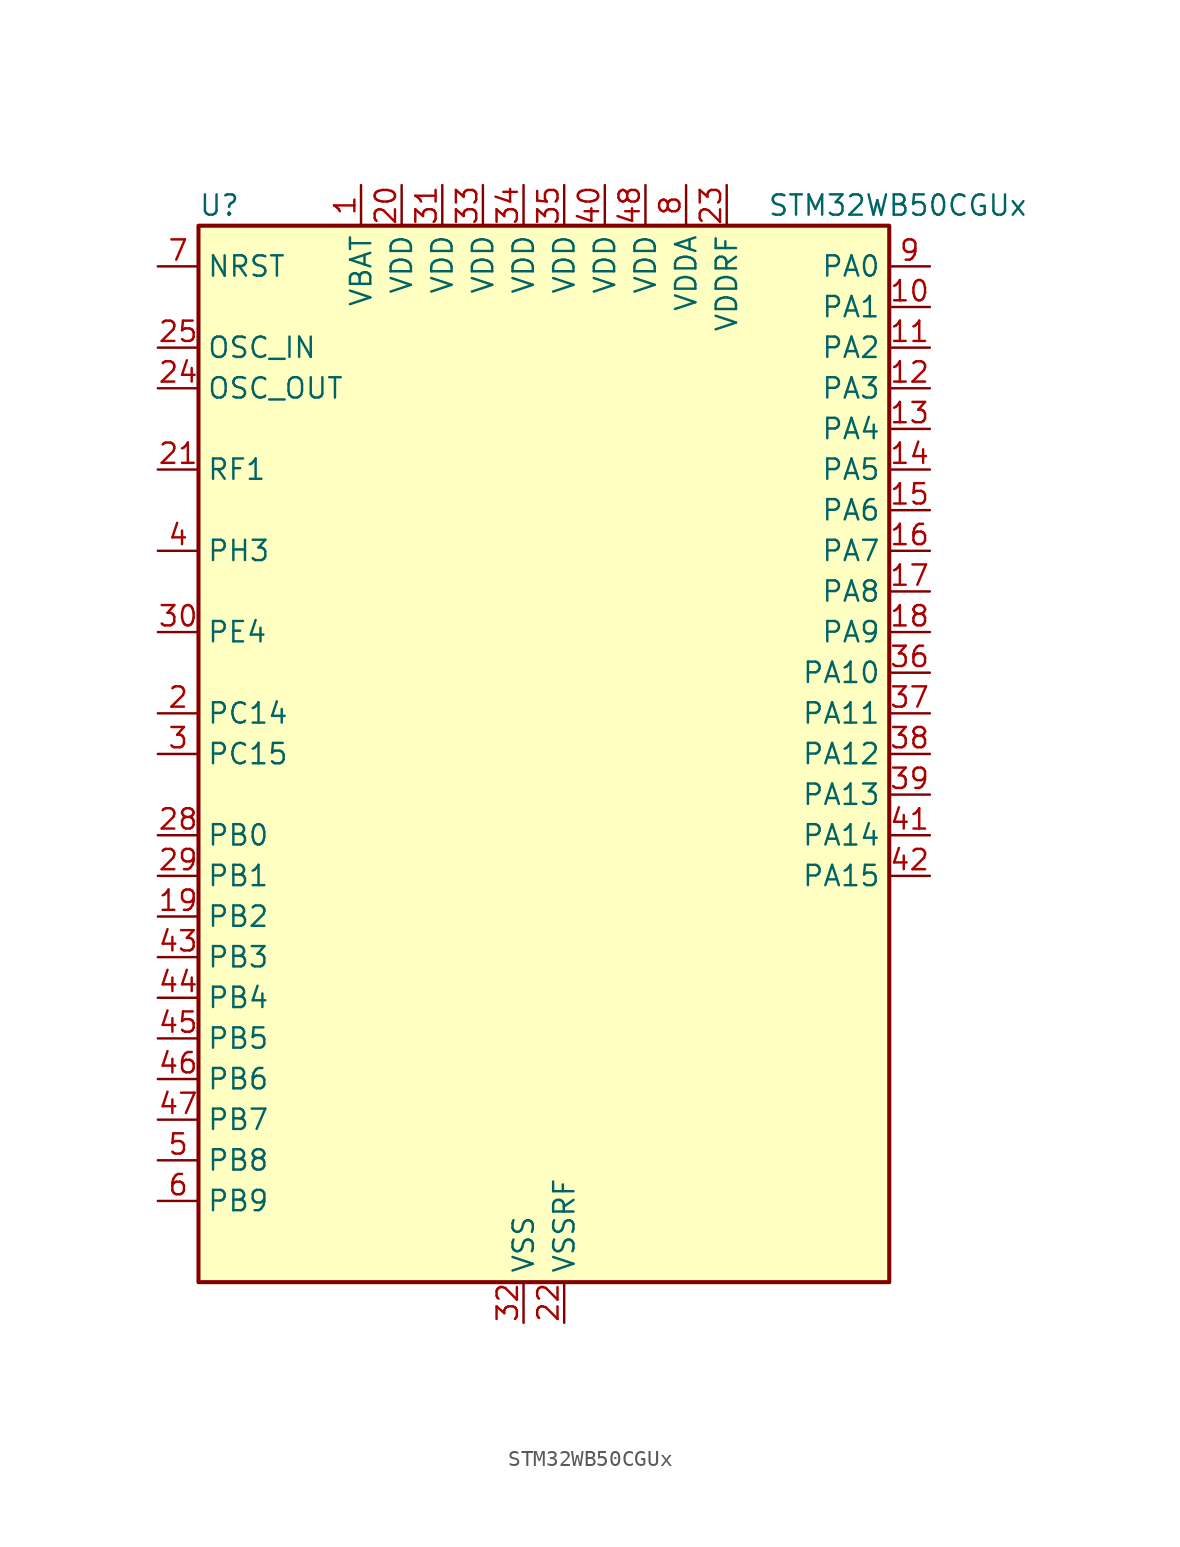
<source format=kicad_sym>
(kicad_symbol_lib
  (version 20220914)
  (generator kicad_symbol_editor)
  (symbol "STM32WB50CGUx"
    (property "Reference" "U"
      (at -20.32 34.29 0)
      (effects (font (size 1.27 1.27)) (justify left)))
    (property "Value" "STM32WB50CGUx"
      (at 15.24 34.29 0)
      (effects (font (size 1.27 1.27)) (justify left)))
    (property "ki_locked" ""
      (at 0 0 0)
      (effects (font (size 1.27 1.27))))
    (symbol "STM32WB50CGUx_0_1"
      (rectangle (start -20.32 -33.02) (end 22.86 33.02) (stroke (width 0.254) (type default)) (fill (type background))))
    (symbol "STM32WB50CGUx_1_1"
      (pin power_in line (at -10.16 35.56 270) (length 2.54) (name "VBAT" (effects (font (size 1.27 1.27)))) (number "1" (effects (font (size 1.27 1.27)))))
      (pin bidirectional line (at 25.4 27.94 180) (length 2.54) (name "PA1" (effects (font (size 1.27 1.27)))) (number "10" (effects (font (size 1.27 1.27)))) (alternate "ADC1_IN6" bidirectional line) (alternate "I2C1_SMBA" bidirectional line) (alternate "SPI1_SCK" bidirectional line) (alternate "TIM2_CH2" bidirectional line))
      (pin bidirectional line (at 25.4 25.4 180) (length 2.54) (name "PA2" (effects (font (size 1.27 1.27)))) (number "11" (effects (font (size 1.27 1.27)))) (alternate "ADC1_IN7" bidirectional line) (alternate "RCC_LSCO" bidirectional line) (alternate "SYS_WKUP4" bidirectional line) (alternate "TIM2_CH3" bidirectional line))
      (pin bidirectional line (at 25.4 22.86 180) (length 2.54) (name "PA3" (effects (font (size 1.27 1.27)))) (number "12" (effects (font (size 1.27 1.27)))) (alternate "ADC1_IN8" bidirectional line) (alternate "TIM2_CH4" bidirectional line))
      (pin bidirectional line (at 25.4 20.32 180) (length 2.54) (name "PA4" (effects (font (size 1.27 1.27)))) (number "13" (effects (font (size 1.27 1.27)))) (alternate "ADC1_IN9" bidirectional line) (alternate "LPTIM2_OUT" bidirectional line) (alternate "SPI1_NSS" bidirectional line))
      (pin bidirectional line (at 25.4 17.78 180) (length 2.54) (name "PA5" (effects (font (size 1.27 1.27)))) (number "14" (effects (font (size 1.27 1.27)))) (alternate "ADC1_IN10" bidirectional line) (alternate "LPTIM2_ETR" bidirectional line) (alternate "SPI1_SCK" bidirectional line) (alternate "TIM2_CH1" bidirectional line) (alternate "TIM2_ETR" bidirectional line))
      (pin bidirectional line (at 25.4 15.24 180) (length 2.54) (name "PA6" (effects (font (size 1.27 1.27)))) (number "15" (effects (font (size 1.27 1.27)))) (alternate "ADC1_IN11" bidirectional line) (alternate "SPI1_MISO" bidirectional line) (alternate "TIM16_CH1" bidirectional line) (alternate "TIM1_BKIN" bidirectional line))
      (pin bidirectional line (at 25.4 12.7 180) (length 2.54) (name "PA7" (effects (font (size 1.27 1.27)))) (number "16" (effects (font (size 1.27 1.27)))) (alternate "ADC1_IN12" bidirectional line) (alternate "SPI1_MOSI" bidirectional line) (alternate "TIM17_CH1" bidirectional line) (alternate "TIM1_CH1N" bidirectional line))
      (pin bidirectional line (at 25.4 10.16 180) (length 2.54) (name "PA8" (effects (font (size 1.27 1.27)))) (number "17" (effects (font (size 1.27 1.27)))) (alternate "ADC1_IN15" bidirectional line) (alternate "LPTIM2_OUT" bidirectional line) (alternate "RCC_MCO" bidirectional line) (alternate "TIM1_CH1" bidirectional line) (alternate "USART1_CK" bidirectional line))
      (pin bidirectional line (at 25.4 7.62 180) (length 2.54) (name "PA9" (effects (font (size 1.27 1.27)))) (number "18" (effects (font (size 1.27 1.27)))) (alternate "ADC1_IN16" bidirectional line) (alternate "I2C1_SCL" bidirectional line) (alternate "TIM1_CH2" bidirectional line) (alternate "USART1_TX" bidirectional line))
      (pin bidirectional line (at -22.86 -10.16 0) (length 2.54) (name "PB2" (effects (font (size 1.27 1.27)))) (number "19" (effects (font (size 1.27 1.27)))) (alternate "LPTIM1_OUT" bidirectional line) (alternate "RTC_OUT2" bidirectional line) (alternate "SPI1_NSS" bidirectional line))
      (pin bidirectional line (at -22.86 2.54 0) (length 2.54) (name "PC14" (effects (font (size 1.27 1.27)))) (number "2" (effects (font (size 1.27 1.27)))) (alternate "RCC_OSC32_IN" bidirectional line))
      (pin power_in line (at -7.62 35.56 270) (length 2.54) (name "VDD" (effects (font (size 1.27 1.27)))) (number "20" (effects (font (size 1.27 1.27)))))
      (pin bidirectional line (at -22.86 17.78 0) (length 2.54) (name "RF1" (effects (font (size 1.27 1.27)))) (number "21" (effects (font (size 1.27 1.27)))) (alternate "RF_RF1" bidirectional line))
      (pin power_in line (at 2.54 -35.56 90) (length 2.54) (name "VSSRF" (effects (font (size 1.27 1.27)))) (number "22" (effects (font (size 1.27 1.27)))))
      (pin power_in line (at 12.7 35.56 270) (length 2.54) (name "VDDRF" (effects (font (size 1.27 1.27)))) (number "23" (effects (font (size 1.27 1.27)))))
      (pin input line (at -22.86 22.86 0) (length 2.54) (name "OSC_OUT" (effects (font (size 1.27 1.27)))) (number "24" (effects (font (size 1.27 1.27)))) (alternate "RCC_OSC_OUT" bidirectional line))
      (pin input line (at -22.86 25.4 0) (length 2.54) (name "OSC_IN" (effects (font (size 1.27 1.27)))) (number "25" (effects (font (size 1.27 1.27)))) (alternate "RCC_OSC_IN" bidirectional line))
      (pin no_connect line (at -20.32 -33.02 0) (length 2.54) hide (name "AT0" (effects (font (size 1.27 1.27)))) (number "26" (effects (font (size 1.27 1.27)))))
      (pin no_connect line (at -20.32 -30.48 0) (length 2.54) hide (name "AT1" (effects (font (size 1.27 1.27)))) (number "27" (effects (font (size 1.27 1.27)))))
      (pin bidirectional line (at -22.86 -5.08 0) (length 2.54) (name "PB0" (effects (font (size 1.27 1.27)))) (number "28" (effects (font (size 1.27 1.27)))) (alternate "RF_TX_MOD_EXT_PA" bidirectional line))
      (pin bidirectional line (at -22.86 -7.62 0) (length 2.54) (name "PB1" (effects (font (size 1.27 1.27)))) (number "29" (effects (font (size 1.27 1.27)))) (alternate "LPTIM2_IN1" bidirectional line))
      (pin bidirectional line (at -22.86 0 0) (length 2.54) (name "PC15" (effects (font (size 1.27 1.27)))) (number "3" (effects (font (size 1.27 1.27)))) (alternate "ADC1_EXTI15" bidirectional line) (alternate "RCC_OSC32_OUT" bidirectional line))
      (pin bidirectional line (at -22.86 7.62 0) (length 2.54) (name "PE4" (effects (font (size 1.27 1.27)))) (number "30" (effects (font (size 1.27 1.27)))))
      (pin power_in line (at -5.08 35.56 270) (length 2.54) (name "VDD" (effects (font (size 1.27 1.27)))) (number "31" (effects (font (size 1.27 1.27)))))
      (pin power_in line (at 0 -35.56 90) (length 2.54) (name "VSS" (effects (font (size 1.27 1.27)))) (number "32" (effects (font (size 1.27 1.27)))))
      (pin power_in line (at -2.54 35.56 270) (length 2.54) (name "VDD" (effects (font (size 1.27 1.27)))) (number "33" (effects (font (size 1.27 1.27)))))
      (pin power_in line (at 0 35.56 270) (length 2.54) (name "VDD" (effects (font (size 1.27 1.27)))) (number "34" (effects (font (size 1.27 1.27)))))
      (pin power_in line (at 2.54 35.56 270) (length 2.54) (name "VDD" (effects (font (size 1.27 1.27)))) (number "35" (effects (font (size 1.27 1.27)))))
      (pin bidirectional line (at 25.4 5.08 180) (length 2.54) (name "PA10" (effects (font (size 1.27 1.27)))) (number "36" (effects (font (size 1.27 1.27)))) (alternate "I2C1_SDA" bidirectional line) (alternate "TIM17_BKIN" bidirectional line) (alternate "TIM1_CH3" bidirectional line) (alternate "USART1_RX" bidirectional line))
      (pin bidirectional line (at 25.4 2.54 180) (length 2.54) (name "PA11" (effects (font (size 1.27 1.27)))) (number "37" (effects (font (size 1.27 1.27)))) (alternate "ADC1_EXTI11" bidirectional line) (alternate "SPI1_MISO" bidirectional line) (alternate "TIM1_BKIN2" bidirectional line) (alternate "TIM1_CH4" bidirectional line) (alternate "USART1_CTS" bidirectional line) (alternate "USART1_NSS" bidirectional line))
      (pin bidirectional line (at 25.4 0 180) (length 2.54) (name "PA12" (effects (font (size 1.27 1.27)))) (number "38" (effects (font (size 1.27 1.27)))) (alternate "SPI1_MOSI" bidirectional line) (alternate "TIM1_ETR" bidirectional line) (alternate "USART1_DE" bidirectional line) (alternate "USART1_RTS" bidirectional line))
      (pin bidirectional line (at 25.4 -2.54 180) (length 2.54) (name "PA13" (effects (font (size 1.27 1.27)))) (number "39" (effects (font (size 1.27 1.27)))) (alternate "IR_OUT" bidirectional line) (alternate "SYS_JTMS-SWDIO" bidirectional line))
      (pin bidirectional line (at -22.86 12.7 0) (length 2.54) (name "PH3" (effects (font (size 1.27 1.27)))) (number "4" (effects (font (size 1.27 1.27)))) (alternate "RCC_LSCO" bidirectional line))
      (pin power_in line (at 5.08 35.56 270) (length 2.54) (name "VDD" (effects (font (size 1.27 1.27)))) (number "40" (effects (font (size 1.27 1.27)))))
      (pin bidirectional line (at 25.4 -5.08 180) (length 2.54) (name "PA14" (effects (font (size 1.27 1.27)))) (number "41" (effects (font (size 1.27 1.27)))) (alternate "I2C1_SMBA" bidirectional line) (alternate "LPTIM1_OUT" bidirectional line) (alternate "SYS_JTCK-SWCLK" bidirectional line))
      (pin bidirectional line (at 25.4 -7.62 180) (length 2.54) (name "PA15" (effects (font (size 1.27 1.27)))) (number "42" (effects (font (size 1.27 1.27)))) (alternate "ADC1_EXTI15" bidirectional line) (alternate "RCC_MCO" bidirectional line) (alternate "SPI1_NSS" bidirectional line) (alternate "SYS_JTDI" bidirectional line) (alternate "TIM2_CH1" bidirectional line) (alternate "TIM2_ETR" bidirectional line))
      (pin bidirectional line (at -22.86 -12.7 0) (length 2.54) (name "PB3" (effects (font (size 1.27 1.27)))) (number "43" (effects (font (size 1.27 1.27)))) (alternate "SPI1_SCK" bidirectional line) (alternate "SYS_JTDO-SWO" bidirectional line) (alternate "TIM2_CH2" bidirectional line) (alternate "USART1_DE" bidirectional line) (alternate "USART1_RTS" bidirectional line))
      (pin bidirectional line (at -22.86 -15.24 0) (length 2.54) (name "PB4" (effects (font (size 1.27 1.27)))) (number "44" (effects (font (size 1.27 1.27)))) (alternate "SPI1_MISO" bidirectional line) (alternate "SYS_JTRST" bidirectional line) (alternate "TIM17_BKIN" bidirectional line) (alternate "USART1_CTS" bidirectional line) (alternate "USART1_NSS" bidirectional line))
      (pin bidirectional line (at -22.86 -17.78 0) (length 2.54) (name "PB5" (effects (font (size 1.27 1.27)))) (number "45" (effects (font (size 1.27 1.27)))) (alternate "I2C1_SMBA" bidirectional line) (alternate "LPTIM1_IN1" bidirectional line) (alternate "SPI1_MOSI" bidirectional line) (alternate "TIM16_BKIN" bidirectional line) (alternate "USART1_CK" bidirectional line))
      (pin bidirectional line (at -22.86 -20.32 0) (length 2.54) (name "PB6" (effects (font (size 1.27 1.27)))) (number "46" (effects (font (size 1.27 1.27)))) (alternate "I2C1_SCL" bidirectional line) (alternate "LPTIM1_ETR" bidirectional line) (alternate "RCC_MCO" bidirectional line) (alternate "TIM16_CH1N" bidirectional line) (alternate "USART1_TX" bidirectional line))
      (pin bidirectional line (at -22.86 -22.86 0) (length 2.54) (name "PB7" (effects (font (size 1.27 1.27)))) (number "47" (effects (font (size 1.27 1.27)))) (alternate "I2C1_SDA" bidirectional line) (alternate "LPTIM1_IN2" bidirectional line) (alternate "SYS_PVD_IN" bidirectional line) (alternate "TIM17_CH1N" bidirectional line) (alternate "TIM1_BKIN" bidirectional line) (alternate "USART1_RX" bidirectional line))
      (pin power_in line (at 7.62 35.56 270) (length 2.54) (name "VDD" (effects (font (size 1.27 1.27)))) (number "48" (effects (font (size 1.27 1.27)))))
      (pin passive line (at 0 -35.56 90) (length 2.54) hide (name "VSS" (effects (font (size 1.27 1.27)))) (number "49" (effects (font (size 1.27 1.27)))))
      (pin bidirectional line (at -22.86 -25.4 0) (length 2.54) (name "PB8" (effects (font (size 1.27 1.27)))) (number "5" (effects (font (size 1.27 1.27)))) (alternate "I2C1_SCL" bidirectional line) (alternate "TIM16_CH1" bidirectional line) (alternate "TIM1_CH2N" bidirectional line))
      (pin bidirectional line (at -22.86 -27.94 0) (length 2.54) (name "PB9" (effects (font (size 1.27 1.27)))) (number "6" (effects (font (size 1.27 1.27)))) (alternate "I2C1_SDA" bidirectional line) (alternate "IR_OUT" bidirectional line) (alternate "TIM17_CH1" bidirectional line) (alternate "TIM1_CH3N" bidirectional line))
      (pin input line (at -22.86 30.48 0) (length 2.54) (name "NRST" (effects (font (size 1.27 1.27)))) (number "7" (effects (font (size 1.27 1.27)))))
      (pin power_in line (at 10.16 35.56 270) (length 2.54) (name "VDDA" (effects (font (size 1.27 1.27)))) (number "8" (effects (font (size 1.27 1.27)))))
      (pin bidirectional line (at 25.4 30.48 180) (length 2.54) (name "PA0" (effects (font (size 1.27 1.27)))) (number "9" (effects (font (size 1.27 1.27)))) (alternate "ADC1_IN5" bidirectional line) (alternate "RTC_TAMP2" bidirectional line) (alternate "SYS_WKUP1" bidirectional line) (alternate "TIM2_CH1" bidirectional line) (alternate "TIM2_ETR" bidirectional line)))))
</source>
